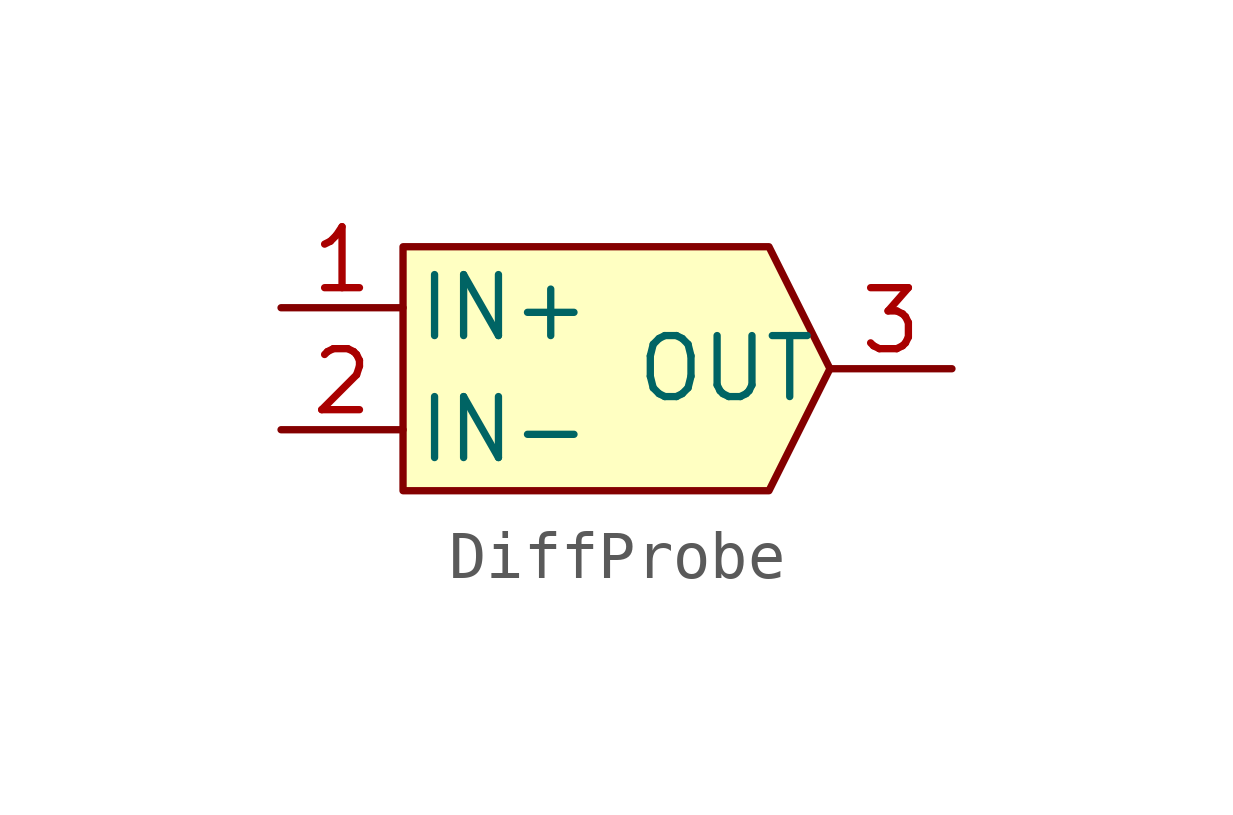
<source format=kicad_sym>
(kicad_symbol_lib
  (version 20211014)
  (generator kicad_symbol_editor)
  (symbol "DiffProbe"
    (pin_names
      (offset 0.254))
    (property "Reference" "U"
      (at 3.81 3.175 0)
      (effects (font (size 1.27 1.27)) (justify left) hide))
    (symbol "DiffProbe_0_1"
      (polyline (pts (xy -5.08 2.54) (xy -5.08 -2.54) (xy 2.54 -2.54) (xy 3.81 0) (xy 2.54 2.54) (xy -5.08 2.54)) (stroke (width 0) (type default) (color 0 0 0 0)) (fill (type background))))
    (symbol "DiffProbe_1_1"
      (pin input line (at -7.62 1.27 0) (length 2.54) (name "IN+" (effects (font (size 1.27 1.27)))) (number "1" (effects (font (size 1.27 1.27)))))
      (pin input line (at -7.62 -1.27 0) (length 2.54) (name "IN-" (effects (font (size 1.27 1.27)))) (number "2" (effects (font (size 1.27 1.27)))))
      (pin output line (at 6.35 0 180) (length 2.54) (name "OUT" (effects (font (size 1.27 1.27)))) (number "3" (effects (font (size 1.27 1.27)))))
      (pin output line (at 6.35 0 180) (length 2.54) hide (name "OUT2" (effects (font (size 1.27 1.27)))) (number "4" (effects (font (size 1.27 1.27))))))))
</source>
